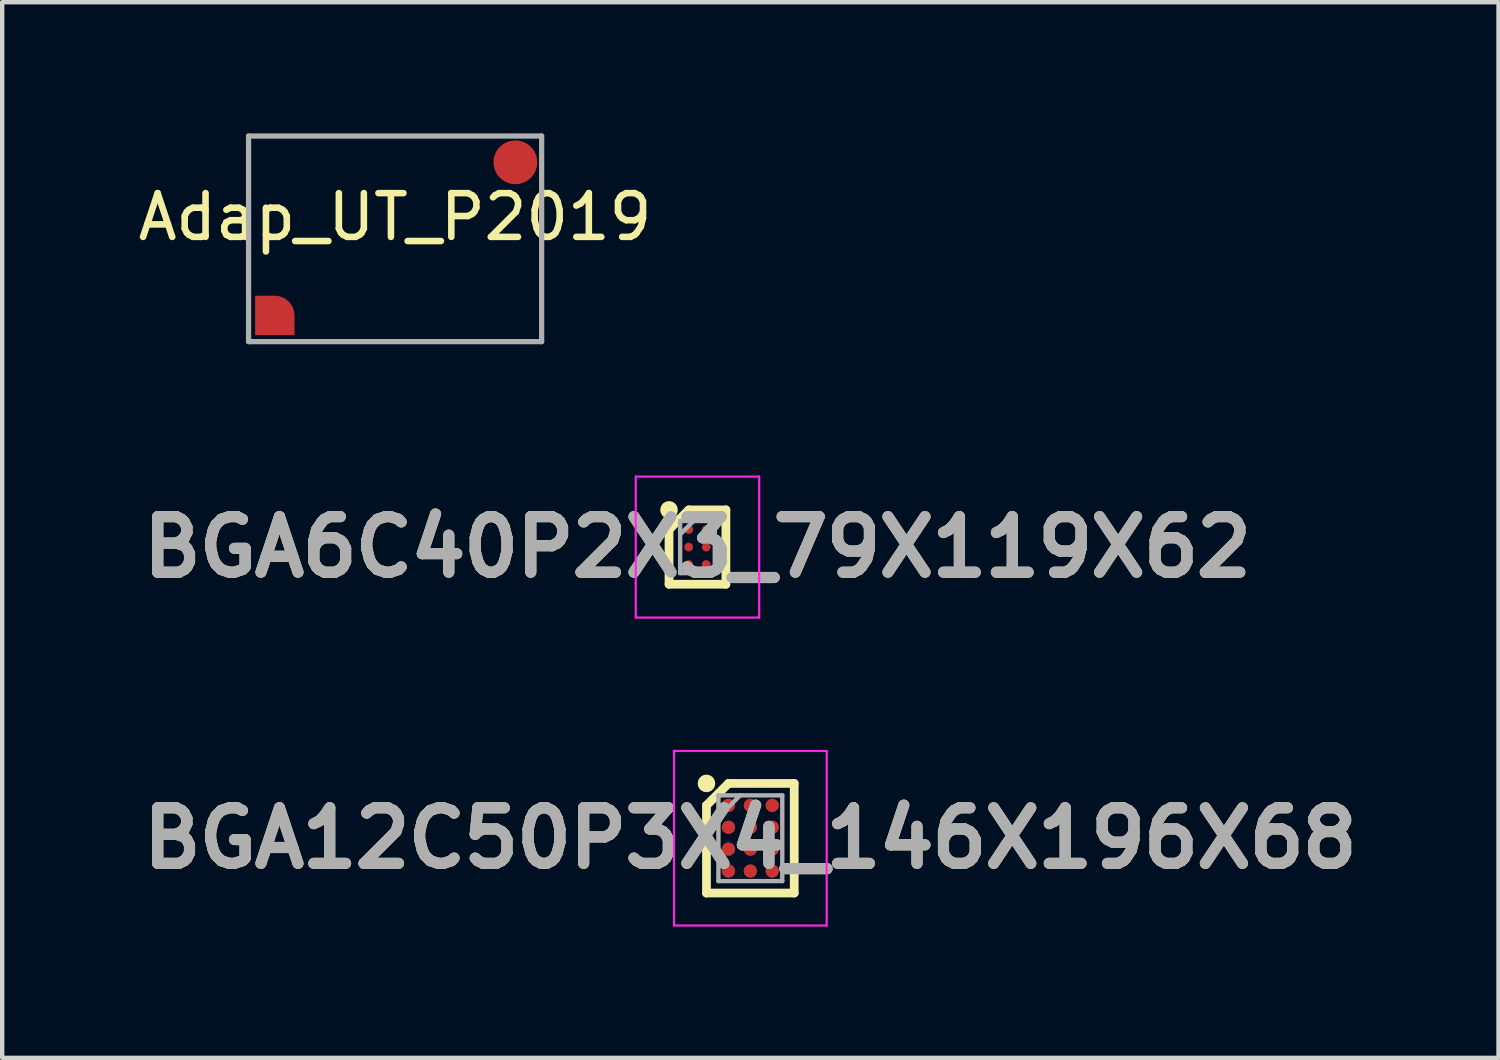
<source format=kicad_pcb>
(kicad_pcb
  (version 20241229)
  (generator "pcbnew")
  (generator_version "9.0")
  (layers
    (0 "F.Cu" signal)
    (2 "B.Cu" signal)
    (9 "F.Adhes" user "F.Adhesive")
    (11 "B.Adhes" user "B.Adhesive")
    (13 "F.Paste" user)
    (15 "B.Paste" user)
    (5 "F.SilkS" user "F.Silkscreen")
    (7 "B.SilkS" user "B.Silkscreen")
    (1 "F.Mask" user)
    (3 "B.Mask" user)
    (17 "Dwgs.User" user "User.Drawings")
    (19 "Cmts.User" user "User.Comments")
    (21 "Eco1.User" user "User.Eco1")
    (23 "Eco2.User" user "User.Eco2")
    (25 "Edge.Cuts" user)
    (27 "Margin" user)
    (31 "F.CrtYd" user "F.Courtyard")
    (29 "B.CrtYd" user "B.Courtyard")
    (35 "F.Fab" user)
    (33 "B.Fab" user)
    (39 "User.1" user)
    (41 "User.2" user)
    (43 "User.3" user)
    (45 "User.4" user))
  (footprint "Adap_UT_P2019"
    (layer "F.Cu")
    (at 5.982 2.41)
    (property "Reference" "Adap_UT_P2019" (at 0 -0.5 0) (layer "F.SilkS") (effects (font (size 1 1) (thickness 0.15))))
    (attr through_hole)
    (fp_line (start -3.35 -2.35) (end -3.35 2.35) (stroke (width 0.12) (type solid)) (layer "F.Fab"))
    (fp_line (start -3.35 -2.35) (end 3.35 -2.35) (stroke (width 0.12) (type solid)) (layer "F.Fab"))
    (fp_line (start -3.35 2.35) (end 3.35 2.35) (stroke (width 0.12) (type solid)) (layer "F.Fab"))
    (fp_line (start 3.35 -2.35) (end 3.35 2.35) (stroke (width 0.12) (type solid)) (layer "F.Fab"))
    (pad "" smd custom (at -2.75 1.75 270) (size 0.9 0.9) (layers "F.Cu" "F.Mask" "F.Paste") (options (anchor circle)) (primitives (gr_poly (pts (xy 0.45 -0.45) (xy 0 -0.45) (xy -0.116 -0.435) (xy -0.225 -0.39) (xy -0.318 -0.318) (xy -0.39 -0.225) (xy -0.435 -0.116) (xy -0.45 0) (xy -0.45 0.45) (xy 0.45 0.45)) (width 0) (fill yes))))
    (pad "2" smd circle (at 2.75 -1.75 180) (size 1 1) (layers "F.Cu" "F.Mask" "F.Paste")))
  (footprint "BGA12C50P3X4_146X196X68"
    (layer "F.Cu")
    (at 14.103 16.112)
    (property "Reference" "BGA12C50P3X4_146X196X68" (at 0 0 0) (layer "F.SilkS") (effects (font (size 1.27 1.27) (thickness 0.254))))
    (attr smd)
    (fp_line (start -1.003 -0.75) (end -0.5 -1.253) (stroke (width 0.2) (type solid)) (layer "F.SilkS"))
    (fp_line (start -1.003 1.253) (end -1.003 -0.75) (stroke (width 0.2) (type solid)) (layer "F.SilkS"))
    (fp_line (start -0.5 -1.253) (end 1.003 -1.253) (stroke (width 0.2) (type solid)) (layer "F.SilkS"))
    (fp_line (start 1.003 -1.253) (end 1.003 1.253) (stroke (width 0.2) (type solid)) (layer "F.SilkS"))
    (fp_line (start 1.003 1.253) (end -1.003 1.253) (stroke (width 0.2) (type solid)) (layer "F.SilkS"))
    (fp_circle (center -1.003 -1.253) (end -1.003 -1.153) (stroke (width 0.2) (type solid)) (fill no) (layer "F.SilkS"))
    (fp_line (start -1.745 -1.995) (end 1.745 -1.995) (stroke (width 0.05) (type solid)) (layer "F.CrtYd"))
    (fp_line (start -1.745 1.995) (end -1.745 -1.995) (stroke (width 0.05) (type solid)) (layer "F.CrtYd"))
    (fp_line (start 1.745 -1.995) (end 1.745 1.995) (stroke (width 0.05) (type solid)) (layer "F.CrtYd"))
    (fp_line (start 1.745 1.995) (end -1.745 1.995) (stroke (width 0.05) (type solid)) (layer "F.CrtYd"))
    (fp_line (start -0.73 -0.98) (end 0.73 -0.98) (stroke (width 0.1) (type solid)) (layer "F.Fab"))
    (fp_line (start -0.73 -0.482) (end -0.232 -0.98) (stroke (width 0.1) (type solid)) (layer "F.Fab"))
    (fp_line (start -0.73 0.98) (end -0.73 -0.98) (stroke (width 0.1) (type solid)) (layer "F.Fab"))
    (fp_line (start 0.73 -0.98) (end 0.73 0.98) (stroke (width 0.1) (type solid)) (layer "F.Fab"))
    (fp_line (start 0.73 0.98) (end -0.73 0.98) (stroke (width 0.1) (type solid)) (layer "F.Fab"))
    (fp_text user "${REFERENCE}" (at 0 0 0) (layer "F.Fab") (effects (font (size 1.27 1.27) (thickness 0.254))))
    (pad "A1" smd circle (at -0.5 -0.75 90) (size 0.306 0.306) (layers "F.Cu" "F.Mask" "F.Paste"))
    (pad "A2" smd circle (at 0 -0.75 90) (size 0.306 0.306) (layers "F.Cu" "F.Mask" "F.Paste"))
    (pad "A3" smd circle (at 0.5 -0.75 90) (size 0.306 0.306) (layers "F.Cu" "F.Mask" "F.Paste"))
    (pad "B1" smd circle (at -0.5 -0.25 90) (size 0.306 0.306) (layers "F.Cu" "F.Mask" "F.Paste"))
    (pad "B2" smd circle (at 0 -0.25 90) (size 0.306 0.306) (layers "F.Cu" "F.Mask" "F.Paste"))
    (pad "B3" smd circle (at 0.5 -0.25 90) (size 0.306 0.306) (layers "F.Cu" "F.Mask" "F.Paste"))
    (pad "C1" smd circle (at -0.5 0.25 90) (size 0.306 0.306) (layers "F.Cu" "F.Mask" "F.Paste"))
    (pad "C2" smd circle (at 0 0.25 90) (size 0.306 0.306) (layers "F.Cu" "F.Mask" "F.Paste"))
    (pad "C3" smd circle (at 0.5 0.25 90) (size 0.306 0.306) (layers "F.Cu" "F.Mask" "F.Paste"))
    (pad "D1" smd circle (at -0.5 0.75 90) (size 0.306 0.306) (layers "F.Cu" "F.Mask" "F.Paste"))
    (pad "D2" smd circle (at 0 0.75 90) (size 0.306 0.306) (layers "F.Cu" "F.Mask" "F.Paste"))
    (pad "D3" smd circle (at 0.5 0.75 90) (size 0.306 0.306) (layers "F.Cu" "F.Mask" "F.Paste")))
  (footprint "BGA6C40P2X3_79X119X62"
    (layer "F.Cu")
    (at 12.894 9.456)
    (property "Reference" "BGA6C40P2X3_79X119X62" (at 0 0 0) (layer "F.SilkS") (effects (font (size 1.27 1.27) (thickness 0.254))))
    (attr smd)
    (fp_line (start -0.65 -0.4) (end -0.2 -0.85) (stroke (width 0.2) (type solid)) (layer "F.SilkS"))
    (fp_line (start -0.65 0.85) (end -0.65 -0.4) (stroke (width 0.2) (type solid)) (layer "F.SilkS"))
    (fp_line (start -0.2 -0.85) (end 0.65 -0.85) (stroke (width 0.2) (type solid)) (layer "F.SilkS"))
    (fp_line (start 0.65 -0.85) (end 0.65 0.85) (stroke (width 0.2) (type solid)) (layer "F.SilkS"))
    (fp_line (start 0.65 0.85) (end -0.65 0.85) (stroke (width 0.2) (type solid)) (layer "F.SilkS"))
    (fp_circle (center -0.65 -0.85) (end -0.65 -0.75) (stroke (width 0.2) (type solid)) (fill no) (layer "F.SilkS"))
    (fp_line (start -1.411 -1.611) (end 1.411 -1.611) (stroke (width 0.05) (type solid)) (layer "F.CrtYd"))
    (fp_line (start -1.411 1.611) (end -1.411 -1.611) (stroke (width 0.05) (type solid)) (layer "F.CrtYd"))
    (fp_line (start 1.411 -1.611) (end 1.411 1.611) (stroke (width 0.05) (type solid)) (layer "F.CrtYd"))
    (fp_line (start 1.411 1.611) (end -1.411 1.611) (stroke (width 0.05) (type solid)) (layer "F.CrtYd"))
    (fp_line (start -0.396 -0.596) (end 0.396 -0.596) (stroke (width 0.1) (type solid)) (layer "F.Fab"))
    (fp_line (start -0.396 -0.29) (end -0.09 -0.596) (stroke (width 0.1) (type solid)) (layer "F.Fab"))
    (fp_line (start -0.396 0.596) (end -0.396 -0.596) (stroke (width 0.1) (type solid)) (layer "F.Fab"))
    (fp_line (start 0.396 -0.596) (end 0.396 0.596) (stroke (width 0.1) (type solid)) (layer "F.Fab"))
    (fp_line (start 0.396 0.596) (end -0.396 0.596) (stroke (width 0.1) (type solid)) (layer "F.Fab"))
    (fp_text user "${REFERENCE}" (at 0 0 0) (layer "F.Fab") (effects (font (size 1.27 1.27) (thickness 0.254))))
    (pad "A1" smd circle (at -0.2 -0.4 90) (size 0.2 0.2) (layers "F.Cu" "F.Mask" "F.Paste"))
    (pad "A2" smd circle (at 0.2 -0.4 90) (size 0.2 0.2) (layers "F.Cu" "F.Mask" "F.Paste"))
    (pad "B1" smd circle (at -0.2 0 90) (size 0.2 0.2) (layers "F.Cu" "F.Mask" "F.Paste"))
    (pad "B2" smd circle (at 0.2 0 90) (size 0.2 0.2) (layers "F.Cu" "F.Mask" "F.Paste"))
    (pad "C1" smd circle (at -0.2 0.4 90) (size 0.2 0.2) (layers "F.Cu" "F.Mask" "F.Paste"))
    (pad "C2" smd circle (at 0.2 0.4 90) (size 0.2 0.2) (layers "F.Cu" "F.Mask" "F.Paste")))
  (gr_rect
    (start -3 -3)
    (end 31.206 21.132)
    (stroke (width 0.1) (type default))
    (fill no)
    (layer "Edge.Cuts")))
</source>
